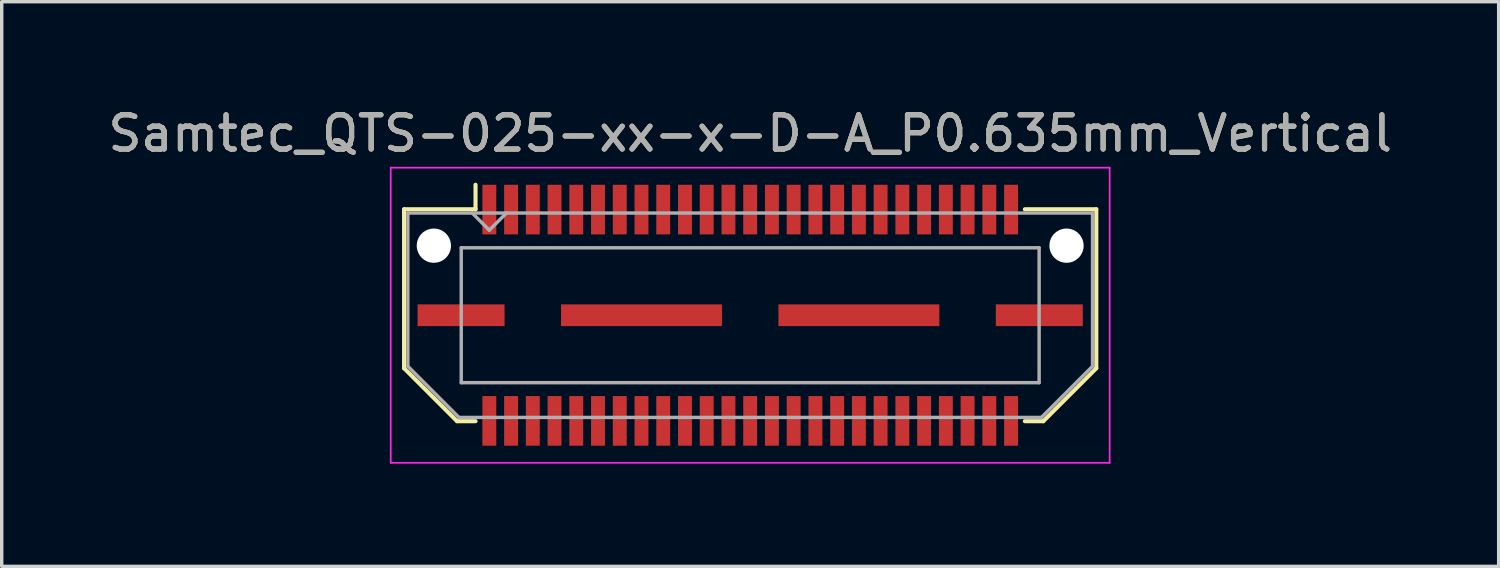
<source format=kicad_pcb>
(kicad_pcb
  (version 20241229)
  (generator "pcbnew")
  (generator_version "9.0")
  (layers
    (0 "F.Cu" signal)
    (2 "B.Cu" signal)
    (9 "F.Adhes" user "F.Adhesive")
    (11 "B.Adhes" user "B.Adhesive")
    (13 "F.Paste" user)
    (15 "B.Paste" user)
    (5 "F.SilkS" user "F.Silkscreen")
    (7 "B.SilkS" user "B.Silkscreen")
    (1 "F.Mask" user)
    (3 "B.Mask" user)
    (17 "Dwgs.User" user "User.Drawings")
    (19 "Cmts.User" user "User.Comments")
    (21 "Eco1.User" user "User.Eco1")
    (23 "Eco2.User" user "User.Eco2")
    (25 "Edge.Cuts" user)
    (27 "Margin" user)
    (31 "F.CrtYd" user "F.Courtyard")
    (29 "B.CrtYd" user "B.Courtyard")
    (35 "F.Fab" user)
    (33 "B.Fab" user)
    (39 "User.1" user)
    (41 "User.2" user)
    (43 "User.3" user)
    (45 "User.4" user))
  (footprint "Samtec_QTS-025-xx-x-D-A_P0.635mm_Vertical"
    (layer "F.Cu")
    (at 18.863 6.158)
    (property "Reference" "Samtec_QTS-025-xx-x-D-A_P0.635mm_Vertical" (at 0 -5.31 0) (layer "F.SilkS") (effects (font (size 1 1) (thickness 0.15))))
    (attr smd)
    (fp_line (start -10.11 -3.095) (end -10.11 1.548) (stroke (width 0.12) (type solid)) (layer "F.SilkS"))
    (fp_line (start -10.11 1.548) (end -8.562 3.095) (stroke (width 0.12) (type solid)) (layer "F.SilkS"))
    (fp_line (start -8.562 3.095) (end -8.023 3.095) (stroke (width 0.12) (type solid)) (layer "F.SilkS"))
    (fp_line (start -8.023 -3.811) (end -8.023 -3.095) (stroke (width 0.12) (type solid)) (layer "F.SilkS"))
    (fp_line (start -8.023 -3.095) (end -10.11 -3.095) (stroke (width 0.12) (type solid)) (layer "F.SilkS"))
    (fp_line (start 8.023 -3.095) (end 10.11 -3.095) (stroke (width 0.12) (type solid)) (layer "F.SilkS"))
    (fp_line (start 8.562 3.095) (end 8.023 3.095) (stroke (width 0.12) (type solid)) (layer "F.SilkS"))
    (fp_line (start 10.11 -3.095) (end 10.11 1.548) (stroke (width 0.12) (type solid)) (layer "F.SilkS"))
    (fp_line (start 10.11 1.548) (end 8.562 3.095) (stroke (width 0.12) (type solid)) (layer "F.SilkS"))
    (fp_line (start -10.5 -4.31) (end -10.5 4.31) (stroke (width 0.05) (type solid)) (layer "F.CrtYd"))
    (fp_line (start -10.5 4.31) (end 10.5 4.31) (stroke (width 0.05) (type solid)) (layer "F.CrtYd"))
    (fp_line (start 10.5 -4.31) (end -10.5 -4.31) (stroke (width 0.05) (type solid)) (layer "F.CrtYd"))
    (fp_line (start 10.5 4.31) (end 10.5 -4.31) (stroke (width 0.05) (type solid)) (layer "F.CrtYd"))
    (fp_line (start -10 -2.985) (end -10 1.492) (stroke (width 0.1) (type solid)) (layer "F.Fab"))
    (fp_line (start -10 -2.985) (end 10 -2.985) (stroke (width 0.1) (type solid)) (layer "F.Fab"))
    (fp_line (start -10 1.492) (end -8.508 2.985) (stroke (width 0.1) (type solid)) (layer "F.Fab"))
    (fp_line (start -8.508 2.985) (end 8.508 2.985) (stroke (width 0.1) (type solid)) (layer "F.Fab"))
    (fp_line (start -8.44 -1.97) (end -8.44 1.97) (stroke (width 0.1) (type solid)) (layer "F.Fab"))
    (fp_line (start -8.44 1.97) (end 8.44 1.97) (stroke (width 0.1) (type solid)) (layer "F.Fab"))
    (fp_line (start -7.62 -2.485) (end -8.12 -2.985) (stroke (width 0.1) (type solid)) (layer "F.Fab"))
    (fp_line (start -7.12 -2.985) (end -7.62 -2.485) (stroke (width 0.1) (type solid)) (layer "F.Fab"))
    (fp_line (start 8.44 -1.97) (end -8.44 -1.97) (stroke (width 0.1) (type solid)) (layer "F.Fab"))
    (fp_line (start 8.44 1.97) (end 8.44 -1.97) (stroke (width 0.1) (type solid)) (layer "F.Fab"))
    (fp_line (start 10 -2.985) (end 10 1.492) (stroke (width 0.1) (type solid)) (layer "F.Fab"))
    (fp_line (start 10 1.492) (end 8.508 2.985) (stroke (width 0.1) (type solid)) (layer "F.Fab"))
    (fp_text user "${REFERENCE}" (at 0 -5.31 0) (layer "F.Fab") (effects (font (size 1 1) (thickness 0.15))))
    (pad "" np_thru_hole circle (at -9.24 -2.032) (size 1 1) (drill 1) (layers "*.Cu" "*.Mask"))
    (pad "" np_thru_hole circle (at 9.24 -2.032) (size 1 1) (drill 1) (layers "*.Cu" "*.Mask"))
    (pad "1" smd rect (at -7.62 -3.086) (size 0.406 1.45) (layers "F.Cu" "F.Mask" "F.Paste"))
    (pad "2" smd rect (at -7.62 3.086) (size 0.406 1.45) (layers "F.Cu" "F.Mask" "F.Paste"))
    (pad "3" smd rect (at -6.985 -3.086) (size 0.406 1.45) (layers "F.Cu" "F.Mask" "F.Paste"))
    (pad "4" smd rect (at -6.985 3.086) (size 0.406 1.45) (layers "F.Cu" "F.Mask" "F.Paste"))
    (pad "5" smd rect (at -6.35 -3.086) (size 0.406 1.45) (layers "F.Cu" "F.Mask" "F.Paste"))
    (pad "6" smd rect (at -6.35 3.086) (size 0.406 1.45) (layers "F.Cu" "F.Mask" "F.Paste"))
    (pad "7" smd rect (at -5.715 -3.086) (size 0.406 1.45) (layers "F.Cu" "F.Mask" "F.Paste"))
    (pad "8" smd rect (at -5.715 3.086) (size 0.406 1.45) (layers "F.Cu" "F.Mask" "F.Paste"))
    (pad "9" smd rect (at -5.08 -3.086) (size 0.406 1.45) (layers "F.Cu" "F.Mask" "F.Paste"))
    (pad "10" smd rect (at -5.08 3.086) (size 0.406 1.45) (layers "F.Cu" "F.Mask" "F.Paste"))
    (pad "11" smd rect (at -4.445 -3.086) (size 0.406 1.45) (layers "F.Cu" "F.Mask" "F.Paste"))
    (pad "12" smd rect (at -4.445 3.086) (size 0.406 1.45) (layers "F.Cu" "F.Mask" "F.Paste"))
    (pad "13" smd rect (at -3.81 -3.086) (size 0.406 1.45) (layers "F.Cu" "F.Mask" "F.Paste"))
    (pad "14" smd rect (at -3.81 3.086) (size 0.406 1.45) (layers "F.Cu" "F.Mask" "F.Paste"))
    (pad "15" smd rect (at -3.175 -3.086) (size 0.406 1.45) (layers "F.Cu" "F.Mask" "F.Paste"))
    (pad "16" smd rect (at -3.175 3.086) (size 0.406 1.45) (layers "F.Cu" "F.Mask" "F.Paste"))
    (pad "17" smd rect (at -2.54 -3.086) (size 0.406 1.45) (layers "F.Cu" "F.Mask" "F.Paste"))
    (pad "18" smd rect (at -2.54 3.086) (size 0.406 1.45) (layers "F.Cu" "F.Mask" "F.Paste"))
    (pad "19" smd rect (at -1.905 -3.086) (size 0.406 1.45) (layers "F.Cu" "F.Mask" "F.Paste"))
    (pad "20" smd rect (at -1.905 3.086) (size 0.406 1.45) (layers "F.Cu" "F.Mask" "F.Paste"))
    (pad "21" smd rect (at -1.27 -3.086) (size 0.406 1.45) (layers "F.Cu" "F.Mask" "F.Paste"))
    (pad "22" smd rect (at -1.27 3.086) (size 0.406 1.45) (layers "F.Cu" "F.Mask" "F.Paste"))
    (pad "23" smd rect (at -0.635 -3.086) (size 0.406 1.45) (layers "F.Cu" "F.Mask" "F.Paste"))
    (pad "24" smd rect (at -0.635 3.086) (size 0.406 1.45) (layers "F.Cu" "F.Mask" "F.Paste"))
    (pad "25" smd rect (at 0 -3.086) (size 0.406 1.45) (layers "F.Cu" "F.Mask" "F.Paste"))
    (pad "26" smd rect (at 0 3.086) (size 0.406 1.45) (layers "F.Cu" "F.Mask" "F.Paste"))
    (pad "27" smd rect (at 0.635 -3.086) (size 0.406 1.45) (layers "F.Cu" "F.Mask" "F.Paste"))
    (pad "28" smd rect (at 0.635 3.086) (size 0.406 1.45) (layers "F.Cu" "F.Mask" "F.Paste"))
    (pad "29" smd rect (at 1.27 -3.086) (size 0.406 1.45) (layers "F.Cu" "F.Mask" "F.Paste"))
    (pad "30" smd rect (at 1.27 3.086) (size 0.406 1.45) (layers "F.Cu" "F.Mask" "F.Paste"))
    (pad "31" smd rect (at 1.905 -3.086) (size 0.406 1.45) (layers "F.Cu" "F.Mask" "F.Paste"))
    (pad "32" smd rect (at 1.905 3.086) (size 0.406 1.45) (layers "F.Cu" "F.Mask" "F.Paste"))
    (pad "33" smd rect (at 2.54 -3.086) (size 0.406 1.45) (layers "F.Cu" "F.Mask" "F.Paste"))
    (pad "34" smd rect (at 2.54 3.086) (size 0.406 1.45) (layers "F.Cu" "F.Mask" "F.Paste"))
    (pad "35" smd rect (at 3.175 -3.086) (size 0.406 1.45) (layers "F.Cu" "F.Mask" "F.Paste"))
    (pad "36" smd rect (at 3.175 3.086) (size 0.406 1.45) (layers "F.Cu" "F.Mask" "F.Paste"))
    (pad "37" smd rect (at 3.81 -3.086) (size 0.406 1.45) (layers "F.Cu" "F.Mask" "F.Paste"))
    (pad "38" smd rect (at 3.81 3.086) (size 0.406 1.45) (layers "F.Cu" "F.Mask" "F.Paste"))
    (pad "39" smd rect (at 4.445 -3.086) (size 0.406 1.45) (layers "F.Cu" "F.Mask" "F.Paste"))
    (pad "40" smd rect (at 4.445 3.086) (size 0.406 1.45) (layers "F.Cu" "F.Mask" "F.Paste"))
    (pad "41" smd rect (at 5.08 -3.086) (size 0.406 1.45) (layers "F.Cu" "F.Mask" "F.Paste"))
    (pad "42" smd rect (at 5.08 3.086) (size 0.406 1.45) (layers "F.Cu" "F.Mask" "F.Paste"))
    (pad "43" smd rect (at 5.715 -3.086) (size 0.406 1.45) (layers "F.Cu" "F.Mask" "F.Paste"))
    (pad "44" smd rect (at 5.715 3.086) (size 0.406 1.45) (layers "F.Cu" "F.Mask" "F.Paste"))
    (pad "45" smd rect (at 6.35 -3.086) (size 0.406 1.45) (layers "F.Cu" "F.Mask" "F.Paste"))
    (pad "46" smd rect (at 6.35 3.086) (size 0.406 1.45) (layers "F.Cu" "F.Mask" "F.Paste"))
    (pad "47" smd rect (at 6.985 -3.086) (size 0.406 1.45) (layers "F.Cu" "F.Mask" "F.Paste"))
    (pad "48" smd rect (at 6.985 3.086) (size 0.406 1.45) (layers "F.Cu" "F.Mask" "F.Paste"))
    (pad "49" smd rect (at 7.62 -3.086) (size 0.406 1.45) (layers "F.Cu" "F.Mask" "F.Paste"))
    (pad "50" smd rect (at 7.62 3.086) (size 0.406 1.45) (layers "F.Cu" "F.Mask" "F.Paste"))
    (pad "P1" smd rect (at -8.445 0) (size 2.54 0.635) (layers "F.Cu" "F.Mask" "F.Paste"))
    (pad "P1" smd rect (at -3.175 0) (size 4.7 0.635) (layers "F.Cu" "F.Mask" "F.Paste"))
    (pad "P1" smd rect (at 3.175 0) (size 4.7 0.635) (layers "F.Cu" "F.Mask" "F.Paste"))
    (pad "P1" smd rect (at 8.445 0) (size 2.54 0.635) (layers "F.Cu" "F.Mask" "F.Paste")))
  (gr_rect
    (start -3 -3)
    (end 40.726 13.493)
    (stroke (width 0.1) (type default))
    (fill no)
    (layer "Edge.Cuts")))
</source>
